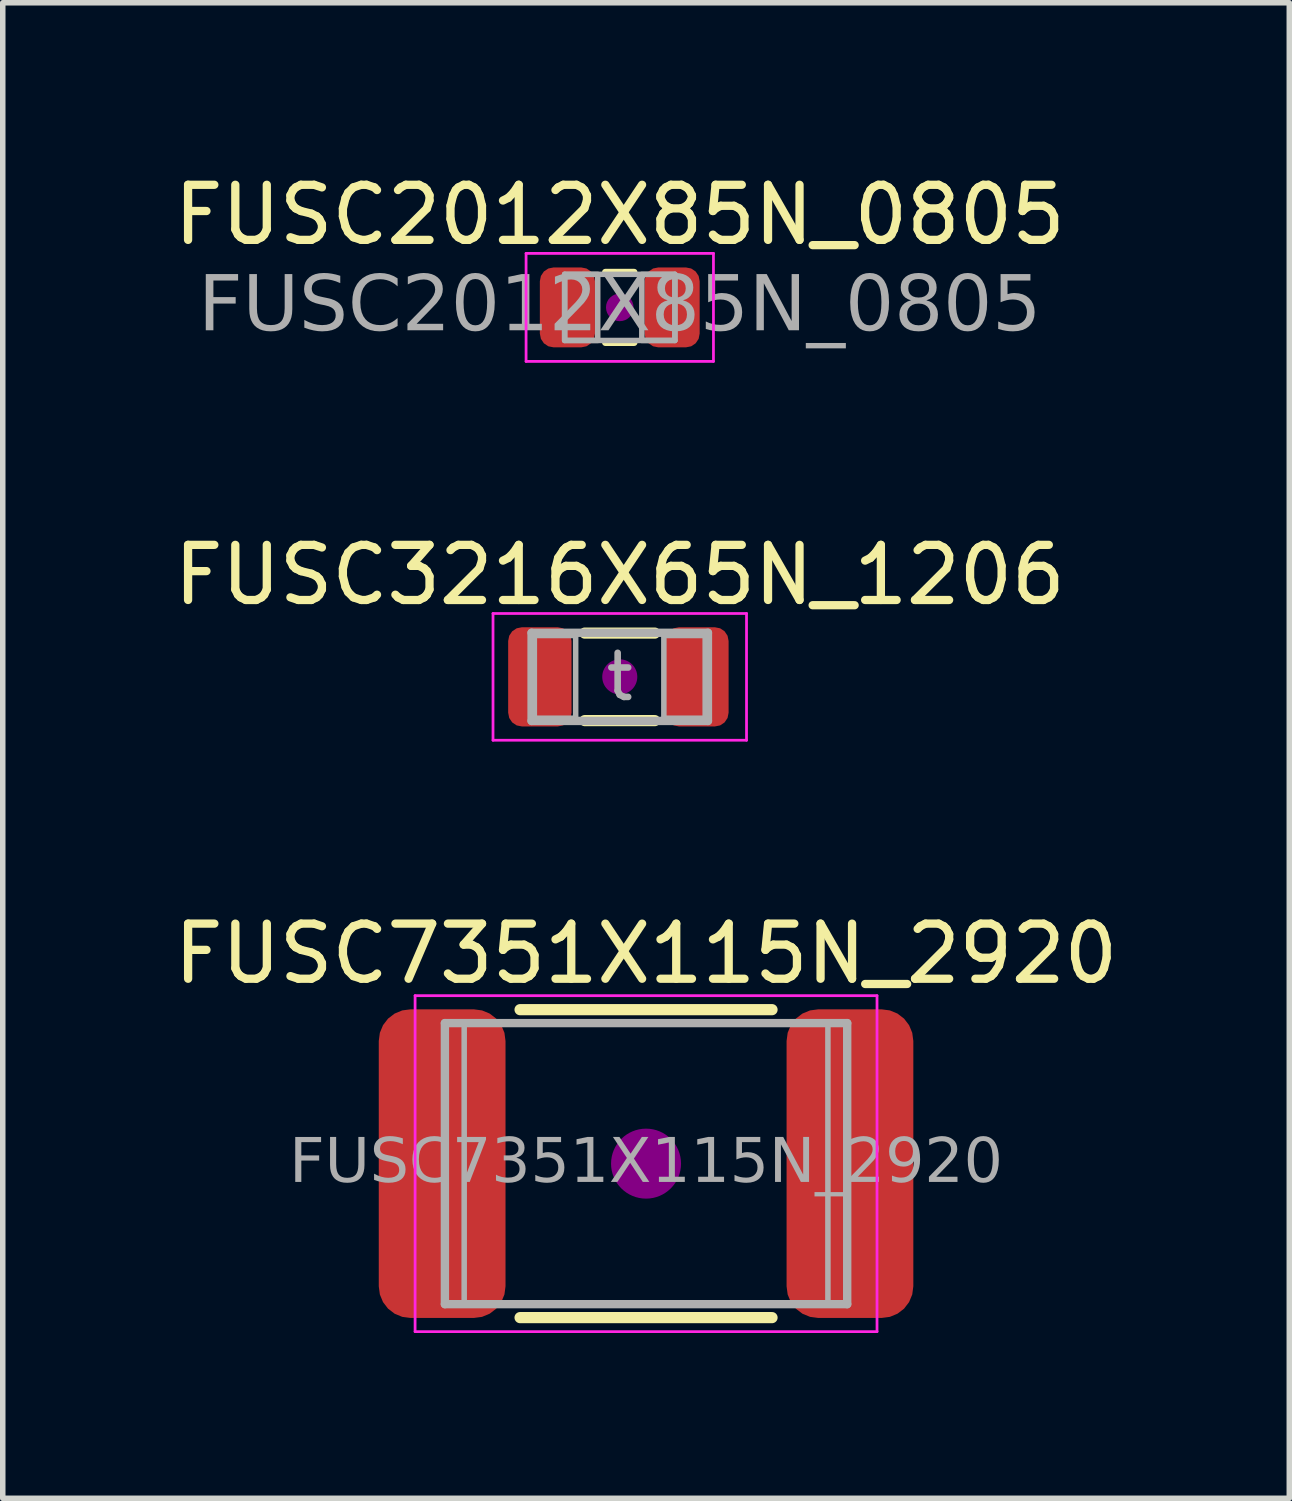
<source format=kicad_pcb>
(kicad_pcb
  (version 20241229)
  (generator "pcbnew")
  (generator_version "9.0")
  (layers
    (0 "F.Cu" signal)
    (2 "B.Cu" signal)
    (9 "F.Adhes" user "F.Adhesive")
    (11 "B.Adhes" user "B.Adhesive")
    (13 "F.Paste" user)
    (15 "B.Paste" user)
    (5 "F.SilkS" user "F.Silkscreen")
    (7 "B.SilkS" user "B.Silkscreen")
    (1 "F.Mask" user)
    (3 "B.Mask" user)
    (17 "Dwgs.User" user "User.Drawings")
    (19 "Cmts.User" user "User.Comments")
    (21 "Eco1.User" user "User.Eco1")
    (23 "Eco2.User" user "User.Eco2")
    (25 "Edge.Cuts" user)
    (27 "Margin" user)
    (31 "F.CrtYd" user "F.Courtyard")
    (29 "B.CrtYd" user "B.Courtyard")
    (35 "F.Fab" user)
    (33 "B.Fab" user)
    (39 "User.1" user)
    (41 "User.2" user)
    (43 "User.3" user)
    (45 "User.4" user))
  (footprint "FUSC3216X65N_1206"
    (layer "F.Cu")
    (at 8.196 9.232)
    (property "Reference" "FUSC3216X65N_1206" (at 0 -1.85 0) (layer "F.SilkS") (effects (font (size 1 1) (thickness 0.15))))
    (attr smd)
    (fp_line (start -0.635 -0.794) (end 0.635 -0.794) (stroke (width 0.203) (type solid)) (layer "F.SilkS"))
    (fp_line (start -0.635 0.794) (end 0.635 0.794) (stroke (width 0.203) (type solid)) (layer "F.SilkS"))
    (fp_circle (center 0 0) (end 0.318 0) (stroke (width 0) (type solid)) (fill yes) (layer "F.Adhes"))
    (fp_line (start -2.3 -1.15) (end 2.3 -1.15) (stroke (width 0.05) (type solid)) (layer "F.CrtYd"))
    (fp_line (start -2.3 1.15) (end -2.3 -1.15) (stroke (width 0.05) (type solid)) (layer "F.CrtYd"))
    (fp_line (start 2.3 -1.15) (end 2.3 1.15) (stroke (width 0.05) (type solid)) (layer "F.CrtYd"))
    (fp_line (start 2.3 1.15) (end -2.3 1.15) (stroke (width 0.05) (type solid)) (layer "F.CrtYd"))
    (fp_line (start -1.6 -0.8) (end 1.6 -0.8) (stroke (width 0.152) (type solid)) (layer "F.Fab"))
    (fp_line (start -1.6 0.8) (end -1.6 -0.8) (stroke (width 0.152) (type solid)) (layer "F.Fab"))
    (fp_line (start 1.6 -0.8) (end 1.6 0.8) (stroke (width 0.152) (type solid)) (layer "F.Fab"))
    (fp_line (start 1.6 0.8) (end -1.6 0.8) (stroke (width 0.152) (type solid)) (layer "F.Fab"))
    (fp_rect (start -0.8 0.75) (end -1.55 -0.75) (stroke (width 0.1) (type solid)) (fill no) (layer "F.Fab"))
    (fp_rect (start 0.8 -0.75) (end 1.55 0.75) (stroke (width 0.1) (type solid)) (fill no) (layer "F.Fab"))
    (fp_text user "t" (at 0 0 0) (layer "F.Fab") (effects (font (size 0.8 0.8) (thickness 0.12))))
    (pad "1" smd roundrect (at -1.45 0) (size 1.15 1.8) (layers "F.Cu" "F.Mask" "F.Paste") (roundrect_rratio 0.217))
    (pad "2" smd roundrect (at 1.4 0) (size 1.15 1.8) (layers "F.Cu" "F.Mask" "F.Paste") (roundrect_rratio 0.217)))
  (footprint "FUSC2012X85N_0805"
    (layer "F.Cu")
    (at 8.196 2.528)
    (property "Reference" "FUSC2012X85N_0805" (at 0 -1.68 0) (layer "F.SilkS") (effects (font (size 1 1) (thickness 0.15))))
    (attr smd)
    (fp_line (start -0.261 -0.64) (end 0.261 -0.64) (stroke (width 0.12) (type solid)) (layer "F.SilkS"))
    (fp_line (start -0.261 0.64) (end 0.261 0.64) (stroke (width 0.12) (type solid)) (layer "F.SilkS"))
    (fp_circle (center 0 0) (end 0.25 0) (stroke (width 0) (type solid)) (fill yes) (layer "F.Adhes"))
    (fp_line (start -1.7 -0.98) (end 1.7 -0.98) (stroke (width 0.05) (type solid)) (layer "F.CrtYd"))
    (fp_line (start -1.7 0.98) (end -1.7 -0.98) (stroke (width 0.05) (type solid)) (layer "F.CrtYd"))
    (fp_line (start 1.7 -0.98) (end 1.7 0.98) (stroke (width 0.05) (type solid)) (layer "F.CrtYd"))
    (fp_line (start 1.7 0.98) (end -1.7 0.98) (stroke (width 0.05) (type solid)) (layer "F.CrtYd"))
    (fp_line (start -1 -0.6) (end 1 -0.6) (stroke (width 0.1) (type solid)) (layer "F.Fab"))
    (fp_line (start -1 0.6) (end -1 -0.6) (stroke (width 0.1) (type solid)) (layer "F.Fab"))
    (fp_line (start 1 -0.6) (end 1 0.6) (stroke (width 0.1) (type solid)) (layer "F.Fab"))
    (fp_line (start 1 0.6) (end -1 0.6) (stroke (width 0.1) (type solid)) (layer "F.Fab"))
    (fp_rect (start -1 -0.6) (end -0.4 0.6) (stroke (width 0.1) (type solid)) (fill no) (layer "F.Fab"))
    (fp_rect (start 0.4 -0.6) (end 1 0.6) (stroke (width 0.1) (type solid)) (fill no) (layer "F.Fab"))
    (fp_text user "${REFERENCE}" (at 0 0 0) (layer "F.Fab") (effects (font (face "Tahoma") (size 1 1) (thickness 0.15))))
    (pad "1" smd roundrect (at -0.95 0) (size 1 1.45) (layers "F.Cu" "F.Mask" "F.Paste") (roundrect_rratio 0.25))
    (pad "2" smd roundrect (at 0.95 0) (size 1 1.45) (layers "F.Cu" "F.Mask" "F.Paste") (roundrect_rratio 0.25)))
  (footprint "FUSC7351X115N_2920"
    (layer "F.Cu")
    (at 8.673 18.065)
    (property "Reference" "FUSC7351X115N_2920" (at 0 -3.81 0) (layer "F.SilkS") (effects (font (size 1 1) (thickness 0.15))))
    (attr smd)
    (fp_line (start -2.286 -2.794) (end 2.286 -2.794) (stroke (width 0.203) (type solid)) (layer "F.SilkS"))
    (fp_line (start -2.286 2.794) (end 2.286 2.794) (stroke (width 0.203) (type solid)) (layer "F.SilkS"))
    (fp_circle (center 0 0) (end 0.635 0) (stroke (width 0) (type solid)) (fill yes) (layer "F.Adhes"))
    (fp_line (start -4.191 -3.048) (end 4.191 -3.048) (stroke (width 0.05) (type solid)) (layer "F.CrtYd"))
    (fp_line (start -4.191 3.048) (end -4.191 -3.048) (stroke (width 0.05) (type solid)) (layer "F.CrtYd"))
    (fp_line (start 4.191 -3.048) (end 4.191 3.048) (stroke (width 0.05) (type solid)) (layer "F.CrtYd"))
    (fp_line (start 4.191 3.048) (end -4.191 3.048) (stroke (width 0.05) (type solid)) (layer "F.CrtYd"))
    (fp_line (start -3.65 -2.55) (end 3.65 -2.55) (stroke (width 0.152) (type solid)) (layer "F.Fab"))
    (fp_line (start -3.65 2.55) (end -3.65 -2.55) (stroke (width 0.152) (type solid)) (layer "F.Fab"))
    (fp_line (start 3.65 -2.55) (end 3.65 2.55) (stroke (width 0.152) (type solid)) (layer "F.Fab"))
    (fp_line (start 3.65 2.55) (end -3.65 2.55) (stroke (width 0.152) (type solid)) (layer "F.Fab"))
    (fp_rect (start -3.65 -2.55) (end -3.3 2.54) (stroke (width 0.1) (type solid)) (fill no) (layer "F.Fab"))
    (fp_rect (start 3.3 -2.55) (end 3.65 2.54) (stroke (width 0.1) (type solid)) (fill no) (layer "F.Fab"))
    (fp_text user "${REFERENCE}" (at 0 0 0) (layer "F.Fab") (effects (font (face "Tahoma") (size 0.8 0.8) (thickness 0.12))))
    (pad "1" smd roundrect (at -3.7 0) (size 2.3 5.6) (layers "F.Cu" "F.Mask" "F.Paste") (roundrect_rratio 0.25))
    (pad "2" smd roundrect (at 3.7 0) (size 2.3 5.6) (layers "F.Cu" "F.Mask" "F.Paste") (roundrect_rratio 0.25)))
  (gr_rect
    (start -3 -3)
    (end 20.345 24.138)
    (stroke (width 0.1) (type default))
    (fill no)
    (layer "Edge.Cuts")))
</source>
